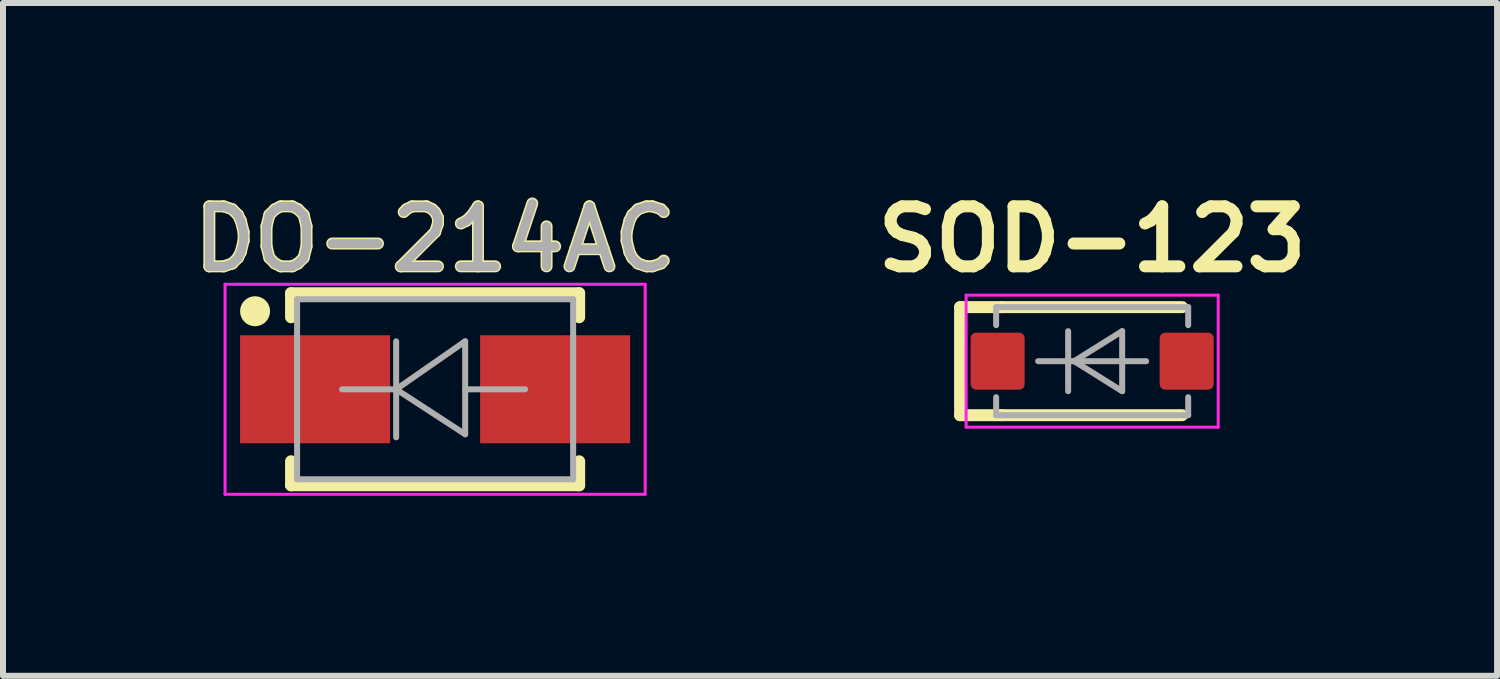
<source format=kicad_pcb>
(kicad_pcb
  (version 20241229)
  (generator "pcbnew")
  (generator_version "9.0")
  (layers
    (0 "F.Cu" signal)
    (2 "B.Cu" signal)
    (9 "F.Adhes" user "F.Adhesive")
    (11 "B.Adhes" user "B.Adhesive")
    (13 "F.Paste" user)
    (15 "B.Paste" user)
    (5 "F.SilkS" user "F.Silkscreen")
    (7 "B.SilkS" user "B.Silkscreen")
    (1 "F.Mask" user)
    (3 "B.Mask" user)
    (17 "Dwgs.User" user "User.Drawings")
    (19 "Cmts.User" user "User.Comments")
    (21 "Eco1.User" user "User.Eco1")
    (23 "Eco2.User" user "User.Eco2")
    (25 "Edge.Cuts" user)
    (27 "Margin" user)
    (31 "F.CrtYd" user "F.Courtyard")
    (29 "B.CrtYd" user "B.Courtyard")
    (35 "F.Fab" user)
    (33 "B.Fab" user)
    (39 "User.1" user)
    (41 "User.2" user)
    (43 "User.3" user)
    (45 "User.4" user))
  (footprint "SOD-123"
    (layer "F.Cu")
    (at 15.148 2.968)
    (property "Reference" "SOD-123" (at 0 -2.032 0) (layer "F.SilkS") (effects (font (size 1 1) (thickness 0.2))))
    (attr through_hole)
    (fp_line (start -2.2 -0.9) (end -2.2 0.9) (stroke (width 0.2) (type solid)) (layer "F.SilkS"))
    (fp_line (start -2.2 0.9) (end -1.5 0.9) (stroke (width 0.2) (type solid)) (layer "F.SilkS"))
    (fp_line (start -2.1 -0.9) (end -2.2 -0.9) (stroke (width 0.2) (type solid)) (layer "F.SilkS"))
    (fp_line (start -1.5 -0.9) (end -2.1 -0.9) (stroke (width 0.2) (type solid)) (layer "F.SilkS"))
    (fp_line (start -1.5 -0.9) (end 1.5 -0.9) (stroke (width 0.2) (type solid)) (layer "F.SilkS"))
    (fp_line (start -1.5 0.9) (end 1.5 0.9) (stroke (width 0.2) (type solid)) (layer "F.SilkS"))
    (fp_line (start -2.1 -1.1) (end 2.1 -1.1) (stroke (width 0.05) (type solid)) (layer "F.CrtYd"))
    (fp_line (start -2.1 1.1) (end -2.1 -1.1) (stroke (width 0.05) (type solid)) (layer "F.CrtYd"))
    (fp_line (start 2.1 -1.1) (end 2.1 1.1) (stroke (width 0.05) (type solid)) (layer "F.CrtYd"))
    (fp_line (start 2.1 1.1) (end -2.1 1.1) (stroke (width 0.05) (type solid)) (layer "F.CrtYd"))
    (fp_line (start -1.6 -0.9) (end -1.6 -0.6) (stroke (width 0.1) (type solid)) (layer "F.Fab"))
    (fp_line (start -1.6 0.6) (end -1.6 0.9) (stroke (width 0.1) (type solid)) (layer "F.Fab"))
    (fp_line (start -1.6 0.9) (end 1.6 0.9) (stroke (width 0.1) (type solid)) (layer "F.Fab"))
    (fp_line (start -0.9 0) (end 0.9 0) (stroke (width 0.1) (type solid)) (layer "F.Fab"))
    (fp_line (start -0.4 -0.5) (end -0.4 0.5) (stroke (width 0.1) (type solid)) (layer "F.Fab"))
    (fp_line (start -0.3 0) (end 0.5 -0.5) (stroke (width 0.1) (type solid)) (layer "F.Fab"))
    (fp_line (start 0.5 -0.5) (end 0.5 0.5) (stroke (width 0.1) (type solid)) (layer "F.Fab"))
    (fp_line (start 0.5 0.5) (end -0.3 0) (stroke (width 0.1) (type solid)) (layer "F.Fab"))
    (fp_line (start 1.6 -0.9) (end -1.6 -0.9) (stroke (width 0.1) (type solid)) (layer "F.Fab"))
    (fp_line (start 1.6 -0.6) (end 1.6 -0.9) (stroke (width 0.1) (type solid)) (layer "F.Fab"))
    (fp_line (start 1.6 0.9) (end 1.6 0.6) (stroke (width 0.1) (type solid)) (layer "F.Fab"))
    (pad "1" smd roundrect (at -1.575 0) (size 0.9 0.95) (layers "F.Cu" "F.Mask" "F.Paste") (roundrect_rratio 0.1))
    (pad "2" smd roundrect (at 1.575 0) (size 0.9 0.95) (layers "F.Cu" "F.Mask" "F.Paste") (roundrect_rratio 0.1)))
  (footprint "DO-214AC"
    (layer "F.Cu")
    (at 4.2 3.436)
    (property "Reference" "DO-214AC" (at 0 -2.5 0) (layer "F.SilkS") (effects (font (size 1 1) (thickness 0.2))))
    (attr smd)
    (fp_line (start -2.4 -1.6) (end 2.4 -1.6) (stroke (width 0.2) (type solid)) (layer "F.SilkS"))
    (fp_line (start -2.4 -1.2) (end -2.4 -1.6) (stroke (width 0.2) (type solid)) (layer "F.SilkS"))
    (fp_line (start -2.4 1.2) (end -2.4 1.6) (stroke (width 0.2) (type solid)) (layer "F.SilkS"))
    (fp_line (start -2.4 1.6) (end 2.4 1.6) (stroke (width 0.2) (type solid)) (layer "F.SilkS"))
    (fp_line (start 2.4 -1.6) (end 2.4 -1.2) (stroke (width 0.2) (type solid)) (layer "F.SilkS"))
    (fp_line (start 2.4 1.6) (end 2.4 1.2) (stroke (width 0.2) (type solid)) (layer "F.SilkS"))
    (fp_circle (center -3 -1.3) (end -2.875 -1.3) (stroke (width 0.25) (type solid)) (fill no) (layer "F.SilkS"))
    (fp_line (start -3.5 -1.75) (end 3.5 -1.75) (stroke (width 0.05) (type solid)) (layer "F.CrtYd"))
    (fp_line (start -3.5 1.75) (end -3.5 -1.75) (stroke (width 0.05) (type solid)) (layer "F.CrtYd"))
    (fp_line (start 3.5 -1.75) (end 3.5 1.75) (stroke (width 0.05) (type solid)) (layer "F.CrtYd"))
    (fp_line (start 3.5 1.75) (end -3.5 1.75) (stroke (width 0.05) (type solid)) (layer "F.CrtYd"))
    (fp_line (start -2.3 1.5) (end -2.3 -1.5) (stroke (width 0.1) (type solid)) (layer "F.Fab"))
    (fp_line (start -0.649 -0.799) (end -0.649 0.801) (stroke (width 0.1) (type solid)) (layer "F.Fab"))
    (fp_line (start -0.649 0.001) (end -1.551 0.001) (stroke (width 0.1) (type solid)) (layer "F.Fab"))
    (fp_line (start -0.649 0.001) (end 0.501 -0.799) (stroke (width 0.1) (type solid)) (layer "F.Fab"))
    (fp_line (start -0.649 0.001) (end 0.501 0.75) (stroke (width 0.1) (type solid)) (layer "F.Fab"))
    (fp_line (start 0.501 0.001) (end 1.499 0.001) (stroke (width 0.1) (type solid)) (layer "F.Fab"))
    (fp_line (start 0.501 0.75) (end 0.501 -0.799) (stroke (width 0.1) (type solid)) (layer "F.Fab"))
    (fp_line (start 2.3 -1.5) (end -2.3 -1.5) (stroke (width 0.1) (type solid)) (layer "F.Fab"))
    (fp_line (start 2.3 -1.5) (end 2.3 1.5) (stroke (width 0.1) (type solid)) (layer "F.Fab"))
    (fp_line (start 2.3 1.5) (end -2.3 1.5) (stroke (width 0.1) (type solid)) (layer "F.Fab"))
    (fp_text user "${REFERENCE}" (at 0 -2.5 0) (layer "F.Fab") (effects (font (size 1 1) (thickness 0.15))))
    (pad "1" smd rect (at -2 0) (size 2.5 1.8) (layers "F.Cu" "F.Mask" "F.Paste"))
    (pad "2" smd rect (at 2 0) (size 2.5 1.8) (layers "F.Cu" "F.Mask" "F.Paste")))
  (gr_rect
    (start -3 -3)
    (end 21.895 8.211)
    (stroke (width 0.1) (type default))
    (fill no)
    (layer "Edge.Cuts")))
</source>
